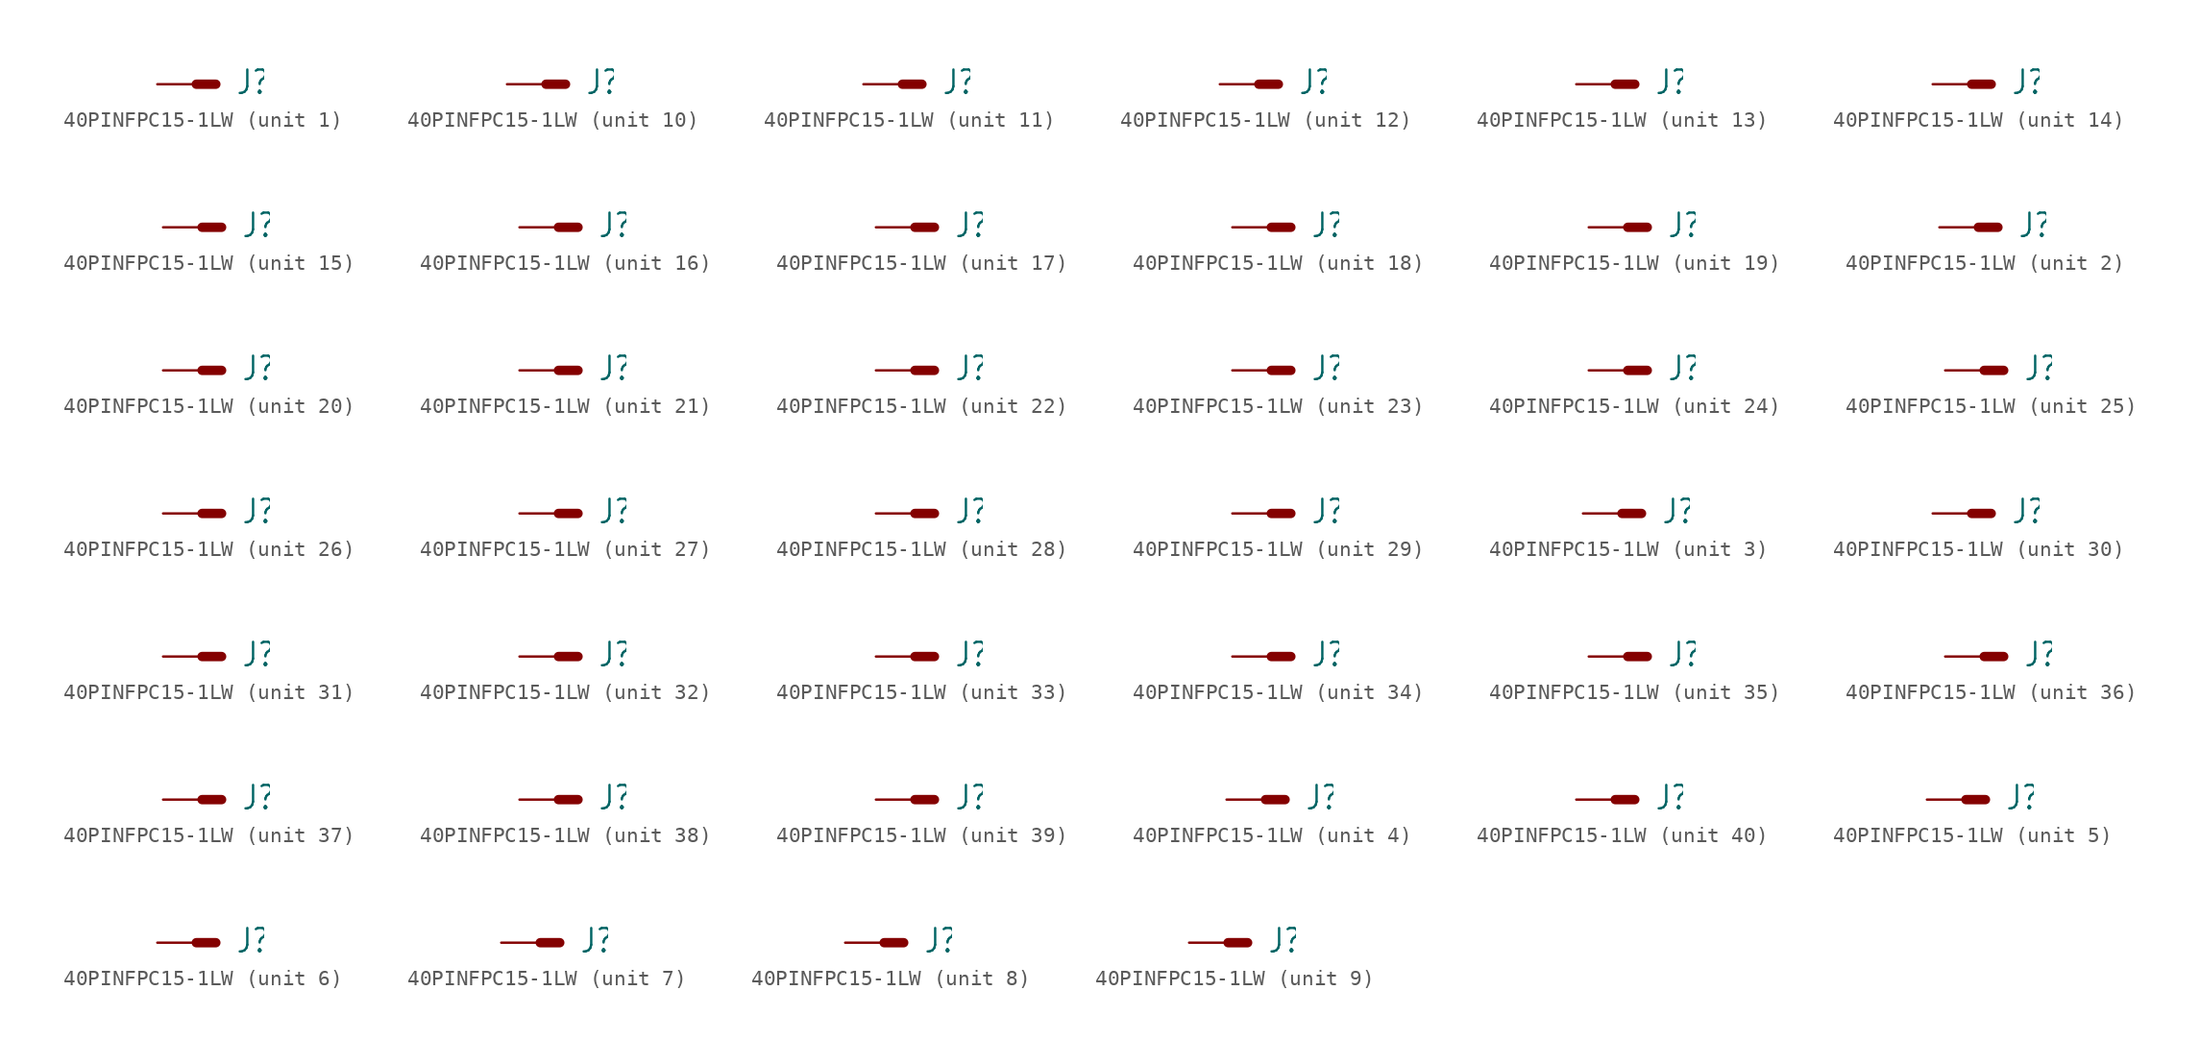
<source format=kicad_sym>
(kicad_symbol_lib
  (version 20241209)
  (generator "kicad_symbol_editor")
  (generator_version "9.0")
  (symbol "40PINFPC15-1LW"
    (property "Reference" "J"
      (at 2.54 -0.762 0)
      (effects (font (size 1.524 1.295)) (justify left bottom)))
    (property "ki_locked" ""
      (at 0 0 0)
      (effects (font (size 1.27 1.27))))
    (symbol "40PINFPC15-1LW_1_0"
      (polyline (pts (xy 0 0) (xy 1.27 0)) (stroke (width 0.61) (type solid)) (fill (type none)))
      (pin passive line (at -2.54 0 0) (length 2.54) (name "MSV" (effects (font (size 0 0)))) (number "1" (effects (font (size 0 0))))))
    (symbol "40PINFPC15-1LW_2_0"
      (polyline (pts (xy 0 0) (xy 1.27 0)) (stroke (width 0.61) (type solid)) (fill (type none)))
      (pin passive line (at -2.54 0 0) (length 2.54) (name "MS" (effects (font (size 0 0)))) (number "10" (effects (font (size 0 0))))))
    (symbol "40PINFPC15-1LW_3_0"
      (polyline (pts (xy 0 0) (xy 1.27 0)) (stroke (width 0.61) (type solid)) (fill (type none)))
      (pin passive line (at -2.54 0 0) (length 2.54) (name "MS" (effects (font (size 0 0)))) (number "11" (effects (font (size 0 0))))))
    (symbol "40PINFPC15-1LW_4_0"
      (polyline (pts (xy 0 0) (xy 1.27 0)) (stroke (width 0.61) (type solid)) (fill (type none)))
      (pin passive line (at -2.54 0 0) (length 2.54) (name "MS" (effects (font (size 0 0)))) (number "12" (effects (font (size 0 0))))))
    (symbol "40PINFPC15-1LW_5_0"
      (polyline (pts (xy 0 0) (xy 1.27 0)) (stroke (width 0.61) (type solid)) (fill (type none)))
      (pin passive line (at -2.54 0 0) (length 2.54) (name "MS" (effects (font (size 0 0)))) (number "13" (effects (font (size 0 0))))))
    (symbol "40PINFPC15-1LW_6_0"
      (polyline (pts (xy 0 0) (xy 1.27 0)) (stroke (width 0.61) (type solid)) (fill (type none)))
      (pin passive line (at -2.54 0 0) (length 2.54) (name "MS" (effects (font (size 0 0)))) (number "14" (effects (font (size 0 0))))))
    (symbol "40PINFPC15-1LW_7_0"
      (polyline (pts (xy 0 0) (xy 1.27 0)) (stroke (width 0.61) (type solid)) (fill (type none)))
      (pin passive line (at -2.54 0 0) (length 2.54) (name "MS" (effects (font (size 0 0)))) (number "15" (effects (font (size 0 0))))))
    (symbol "40PINFPC15-1LW_8_0"
      (polyline (pts (xy 0 0) (xy 1.27 0)) (stroke (width 0.61) (type solid)) (fill (type none)))
      (pin passive line (at -2.54 0 0) (length 2.54) (name "MS" (effects (font (size 0 0)))) (number "16" (effects (font (size 0 0))))))
    (symbol "40PINFPC15-1LW_9_0"
      (polyline (pts (xy 0 0) (xy 1.27 0)) (stroke (width 0.61) (type solid)) (fill (type none)))
      (pin passive line (at -2.54 0 0) (length 2.54) (name "MS" (effects (font (size 0 0)))) (number "17" (effects (font (size 0 0))))))
    (symbol "40PINFPC15-1LW_10_0"
      (polyline (pts (xy 0 0) (xy 1.27 0)) (stroke (width 0.61) (type solid)) (fill (type none)))
      (pin passive line (at -2.54 0 0) (length 2.54) (name "MS" (effects (font (size 0 0)))) (number "18" (effects (font (size 0 0))))))
    (symbol "40PINFPC15-1LW_11_0"
      (polyline (pts (xy 0 0) (xy 1.27 0)) (stroke (width 0.61) (type solid)) (fill (type none)))
      (pin passive line (at -2.54 0 0) (length 2.54) (name "MS" (effects (font (size 0 0)))) (number "19" (effects (font (size 0 0))))))
    (symbol "40PINFPC15-1LW_12_0"
      (polyline (pts (xy 0 0) (xy 1.27 0)) (stroke (width 0.61) (type solid)) (fill (type none)))
      (pin passive line (at -2.54 0 0) (length 2.54) (name "MS" (effects (font (size 0 0)))) (number "2" (effects (font (size 0 0))))))
    (symbol "40PINFPC15-1LW_13_0"
      (polyline (pts (xy 0 0) (xy 1.27 0)) (stroke (width 0.61) (type solid)) (fill (type none)))
      (pin passive line (at -2.54 0 0) (length 2.54) (name "MS" (effects (font (size 0 0)))) (number "20" (effects (font (size 0 0))))))
    (symbol "40PINFPC15-1LW_14_0"
      (polyline (pts (xy 0 0) (xy 1.27 0)) (stroke (width 0.61) (type solid)) (fill (type none)))
      (pin passive line (at -2.54 0 0) (length 2.54) (name "MS" (effects (font (size 0 0)))) (number "21" (effects (font (size 0 0))))))
    (symbol "40PINFPC15-1LW_15_0"
      (polyline (pts (xy 0 0) (xy 1.27 0)) (stroke (width 0.61) (type solid)) (fill (type none)))
      (pin passive line (at -2.54 0 0) (length 2.54) (name "MS" (effects (font (size 0 0)))) (number "22" (effects (font (size 0 0))))))
    (symbol "40PINFPC15-1LW_16_0"
      (polyline (pts (xy 0 0) (xy 1.27 0)) (stroke (width 0.61) (type solid)) (fill (type none)))
      (pin passive line (at -2.54 0 0) (length 2.54) (name "MS" (effects (font (size 0 0)))) (number "23" (effects (font (size 0 0))))))
    (symbol "40PINFPC15-1LW_17_0"
      (polyline (pts (xy 0 0) (xy 1.27 0)) (stroke (width 0.61) (type solid)) (fill (type none)))
      (pin passive line (at -2.54 0 0) (length 2.54) (name "MS" (effects (font (size 0 0)))) (number "24" (effects (font (size 0 0))))))
    (symbol "40PINFPC15-1LW_18_0"
      (polyline (pts (xy 0 0) (xy 1.27 0)) (stroke (width 0.61) (type solid)) (fill (type none)))
      (pin passive line (at -2.54 0 0) (length 2.54) (name "MS" (effects (font (size 0 0)))) (number "25" (effects (font (size 0 0))))))
    (symbol "40PINFPC15-1LW_19_0"
      (polyline (pts (xy 0 0) (xy 1.27 0)) (stroke (width 0.61) (type solid)) (fill (type none)))
      (pin passive line (at -2.54 0 0) (length 2.54) (name "MS" (effects (font (size 0 0)))) (number "26" (effects (font (size 0 0))))))
    (symbol "40PINFPC15-1LW_20_0"
      (polyline (pts (xy 0 0) (xy 1.27 0)) (stroke (width 0.61) (type solid)) (fill (type none)))
      (pin passive line (at -2.54 0 0) (length 2.54) (name "MS" (effects (font (size 0 0)))) (number "27" (effects (font (size 0 0))))))
    (symbol "40PINFPC15-1LW_21_0"
      (polyline (pts (xy 0 0) (xy 1.27 0)) (stroke (width 0.61) (type solid)) (fill (type none)))
      (pin passive line (at -2.54 0 0) (length 2.54) (name "MS" (effects (font (size 0 0)))) (number "28" (effects (font (size 0 0))))))
    (symbol "40PINFPC15-1LW_22_0"
      (polyline (pts (xy 0 0) (xy 1.27 0)) (stroke (width 0.61) (type solid)) (fill (type none)))
      (pin passive line (at -2.54 0 0) (length 2.54) (name "MS" (effects (font (size 0 0)))) (number "29" (effects (font (size 0 0))))))
    (symbol "40PINFPC15-1LW_23_0"
      (polyline (pts (xy 0 0) (xy 1.27 0)) (stroke (width 0.61) (type solid)) (fill (type none)))
      (pin passive line (at -2.54 0 0) (length 2.54) (name "MS" (effects (font (size 0 0)))) (number "3" (effects (font (size 0 0))))))
    (symbol "40PINFPC15-1LW_24_0"
      (polyline (pts (xy 0 0) (xy 1.27 0)) (stroke (width 0.61) (type solid)) (fill (type none)))
      (pin passive line (at -2.54 0 0) (length 2.54) (name "MS" (effects (font (size 0 0)))) (number "30" (effects (font (size 0 0))))))
    (symbol "40PINFPC15-1LW_25_0"
      (polyline (pts (xy 0 0) (xy 1.27 0)) (stroke (width 0.61) (type solid)) (fill (type none)))
      (pin passive line (at -2.54 0 0) (length 2.54) (name "MS" (effects (font (size 0 0)))) (number "31" (effects (font (size 0 0))))))
    (symbol "40PINFPC15-1LW_26_0"
      (polyline (pts (xy 0 0) (xy 1.27 0)) (stroke (width 0.61) (type solid)) (fill (type none)))
      (pin passive line (at -2.54 0 0) (length 2.54) (name "MS" (effects (font (size 0 0)))) (number "32" (effects (font (size 0 0))))))
    (symbol "40PINFPC15-1LW_27_0"
      (polyline (pts (xy 0 0) (xy 1.27 0)) (stroke (width 0.61) (type solid)) (fill (type none)))
      (pin passive line (at -2.54 0 0) (length 2.54) (name "MS" (effects (font (size 0 0)))) (number "33" (effects (font (size 0 0))))))
    (symbol "40PINFPC15-1LW_28_0"
      (polyline (pts (xy 0 0) (xy 1.27 0)) (stroke (width 0.61) (type solid)) (fill (type none)))
      (pin passive line (at -2.54 0 0) (length 2.54) (name "MS" (effects (font (size 0 0)))) (number "34" (effects (font (size 0 0))))))
    (symbol "40PINFPC15-1LW_29_0"
      (polyline (pts (xy 0 0) (xy 1.27 0)) (stroke (width 0.61) (type solid)) (fill (type none)))
      (pin passive line (at -2.54 0 0) (length 2.54) (name "MS" (effects (font (size 0 0)))) (number "35" (effects (font (size 0 0))))))
    (symbol "40PINFPC15-1LW_30_0"
      (polyline (pts (xy 0 0) (xy 1.27 0)) (stroke (width 0.61) (type solid)) (fill (type none)))
      (pin passive line (at -2.54 0 0) (length 2.54) (name "MS" (effects (font (size 0 0)))) (number "36" (effects (font (size 0 0))))))
    (symbol "40PINFPC15-1LW_31_0"
      (polyline (pts (xy 0 0) (xy 1.27 0)) (stroke (width 0.61) (type solid)) (fill (type none)))
      (pin passive line (at -2.54 0 0) (length 2.54) (name "MS" (effects (font (size 0 0)))) (number "37" (effects (font (size 0 0))))))
    (symbol "40PINFPC15-1LW_32_0"
      (polyline (pts (xy 0 0) (xy 1.27 0)) (stroke (width 0.61) (type solid)) (fill (type none)))
      (pin passive line (at -2.54 0 0) (length 2.54) (name "MS" (effects (font (size 0 0)))) (number "38" (effects (font (size 0 0))))))
    (symbol "40PINFPC15-1LW_33_0"
      (polyline (pts (xy 0 0) (xy 1.27 0)) (stroke (width 0.61) (type solid)) (fill (type none)))
      (pin passive line (at -2.54 0 0) (length 2.54) (name "MS" (effects (font (size 0 0)))) (number "39" (effects (font (size 0 0))))))
    (symbol "40PINFPC15-1LW_34_0"
      (polyline (pts (xy 0 0) (xy 1.27 0)) (stroke (width 0.61) (type solid)) (fill (type none)))
      (pin passive line (at -2.54 0 0) (length 2.54) (name "MS" (effects (font (size 0 0)))) (number "4" (effects (font (size 0 0))))))
    (symbol "40PINFPC15-1LW_35_0"
      (polyline (pts (xy 0 0) (xy 1.27 0)) (stroke (width 0.61) (type solid)) (fill (type none)))
      (pin passive line (at -2.54 0 0) (length 2.54) (name "MS" (effects (font (size 0 0)))) (number "40" (effects (font (size 0 0))))))
    (symbol "40PINFPC15-1LW_36_0"
      (polyline (pts (xy 0 0) (xy 1.27 0)) (stroke (width 0.61) (type solid)) (fill (type none)))
      (pin passive line (at -2.54 0 0) (length 2.54) (name "MS" (effects (font (size 0 0)))) (number "5" (effects (font (size 0 0))))))
    (symbol "40PINFPC15-1LW_37_0"
      (polyline (pts (xy 0 0) (xy 1.27 0)) (stroke (width 0.61) (type solid)) (fill (type none)))
      (pin passive line (at -2.54 0 0) (length 2.54) (name "MS" (effects (font (size 0 0)))) (number "6" (effects (font (size 0 0))))))
    (symbol "40PINFPC15-1LW_38_0"
      (polyline (pts (xy 0 0) (xy 1.27 0)) (stroke (width 0.61) (type solid)) (fill (type none)))
      (pin passive line (at -2.54 0 0) (length 2.54) (name "MS" (effects (font (size 0 0)))) (number "7" (effects (font (size 0 0))))))
    (symbol "40PINFPC15-1LW_39_0"
      (polyline (pts (xy 0 0) (xy 1.27 0)) (stroke (width 0.61) (type solid)) (fill (type none)))
      (pin passive line (at -2.54 0 0) (length 2.54) (name "MS" (effects (font (size 0 0)))) (number "8" (effects (font (size 0 0))))))
    (symbol "40PINFPC15-1LW_40_0"
      (polyline (pts (xy 0 0) (xy 1.27 0)) (stroke (width 0.61) (type solid)) (fill (type none)))
      (pin passive line (at -2.54 0 0) (length 2.54) (name "MS" (effects (font (size 0 0)))) (number "9" (effects (font (size 0 0))))))))
</source>
